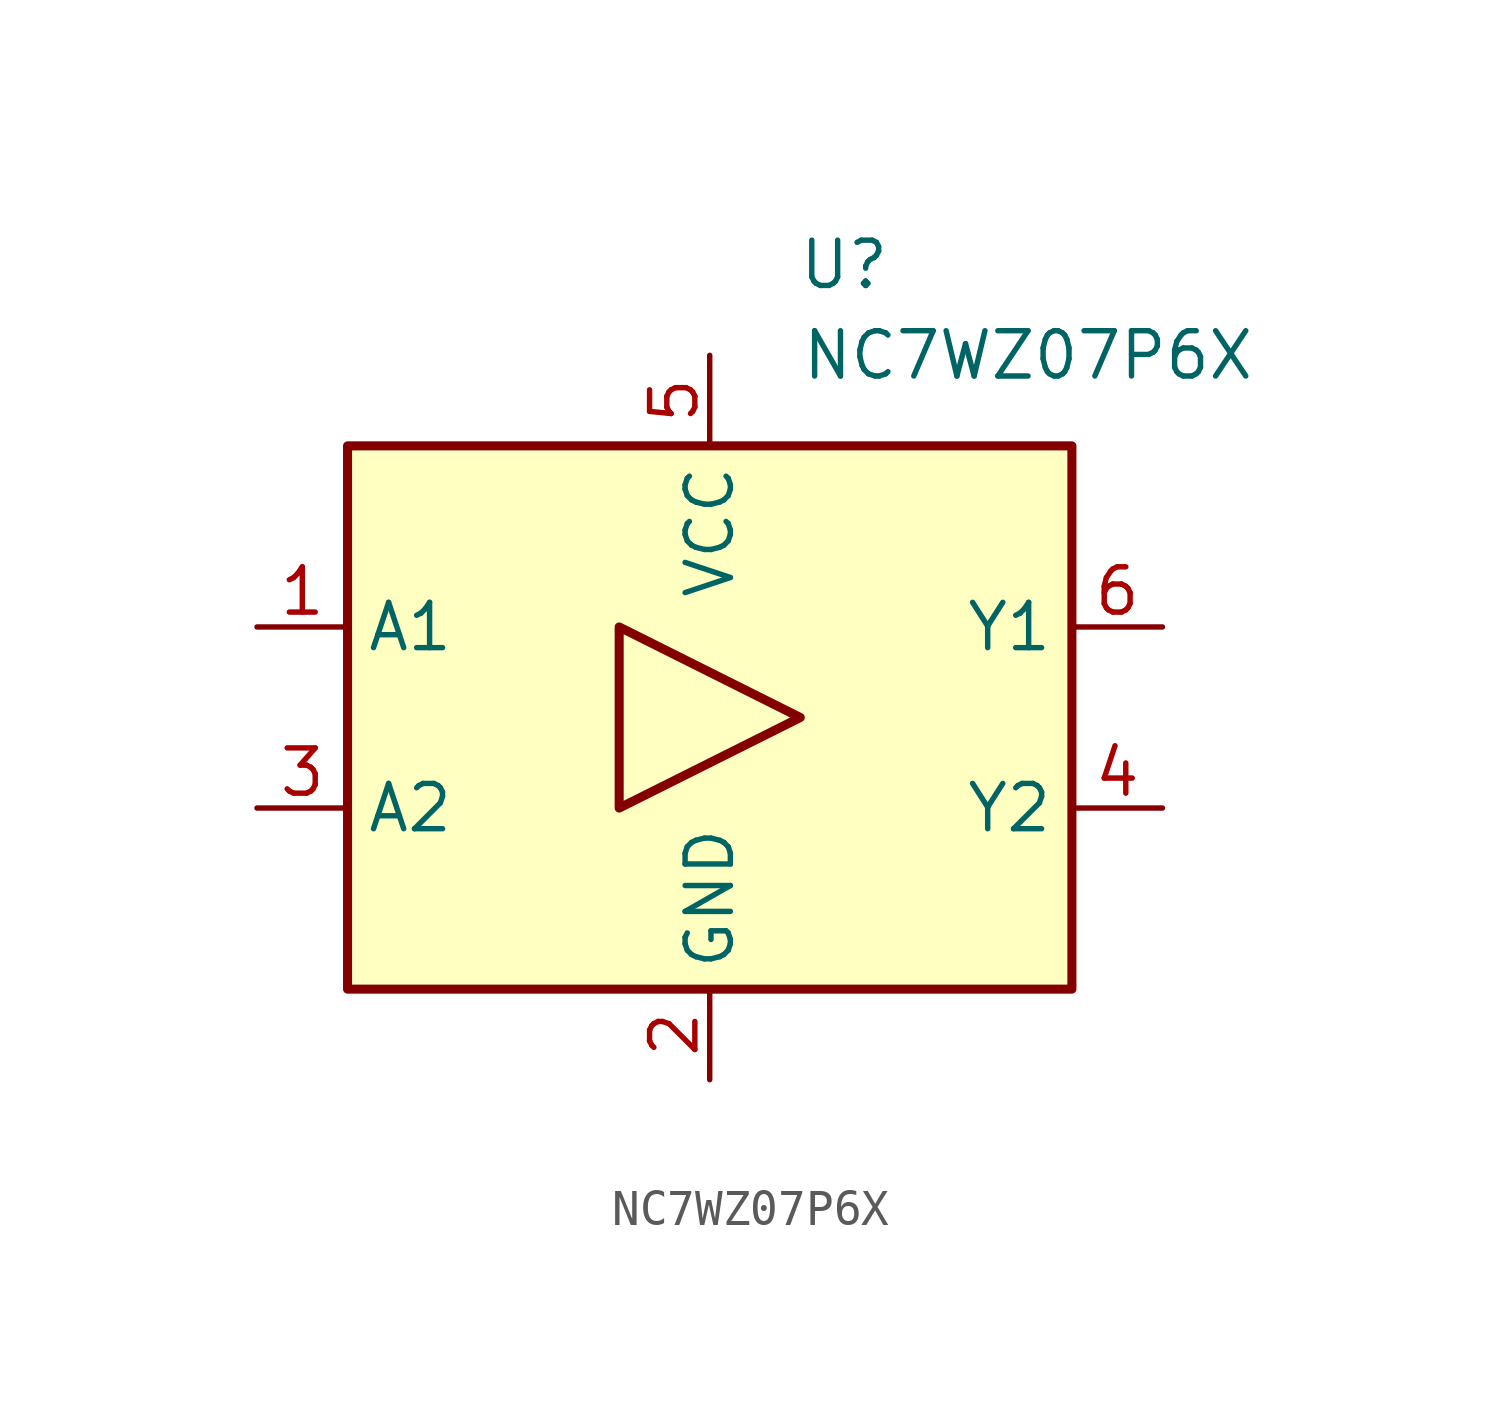
<source format=kicad_sym>
(kicad_symbol_lib
  (version 20230620)
  (generator kicad_symbol_editor)
  (symbol "NC7WZ07P6X"
    (property "Reference" "U"
      (at 5.08 12.7 0)
      (effects (font (size 1.27 1.27)) (justify right)))
    (property "Value" "NC7WZ07P6X"
      (at 2.54 10.16 0)
      (effects (font (size 1.27 1.27)) (justify left)))
    (symbol "NC7WZ07P6X_0_1"
      (rectangle (start -10.16 7.62) (end 10.16 -7.62) (stroke (width 0.254) (type default)) (fill (type background))))
    (symbol "NC7WZ07P6X_1_1"
      (polyline (pts (xy -2.54 2.54) (xy -2.54 -2.54) (xy 2.54 0) (xy -2.54 2.54)) (stroke (width 0.254) (type default)) (fill (type none)))
      (pin input line (at -12.7 2.54 0) (length 2.54) (name "A1" (effects (font (size 1.27 1.27)))) (number "1" (effects (font (size 1.27 1.27)))))
      (pin power_in line (at 0 -10.16 90) (length 2.54) (name "GND" (effects (font (size 1.27 1.27)))) (number "2" (effects (font (size 1.27 1.27)))))
      (pin input line (at -12.7 -2.54 0) (length 2.54) (name "A2" (effects (font (size 1.27 1.27)))) (number "3" (effects (font (size 1.27 1.27)))))
      (pin open_collector line (at 12.7 -2.54 180) (length 2.54) (name "Y2" (effects (font (size 1.27 1.27)))) (number "4" (effects (font (size 1.27 1.27)))))
      (pin power_in line (at 0 10.16 270) (length 2.54) (name "VCC" (effects (font (size 1.27 1.27)))) (number "5" (effects (font (size 1.27 1.27)))))
      (pin open_collector line (at 12.7 2.54 180) (length 2.54) (name "Y1" (effects (font (size 1.27 1.27)))) (number "6" (effects (font (size 1.27 1.27))))))))
</source>
